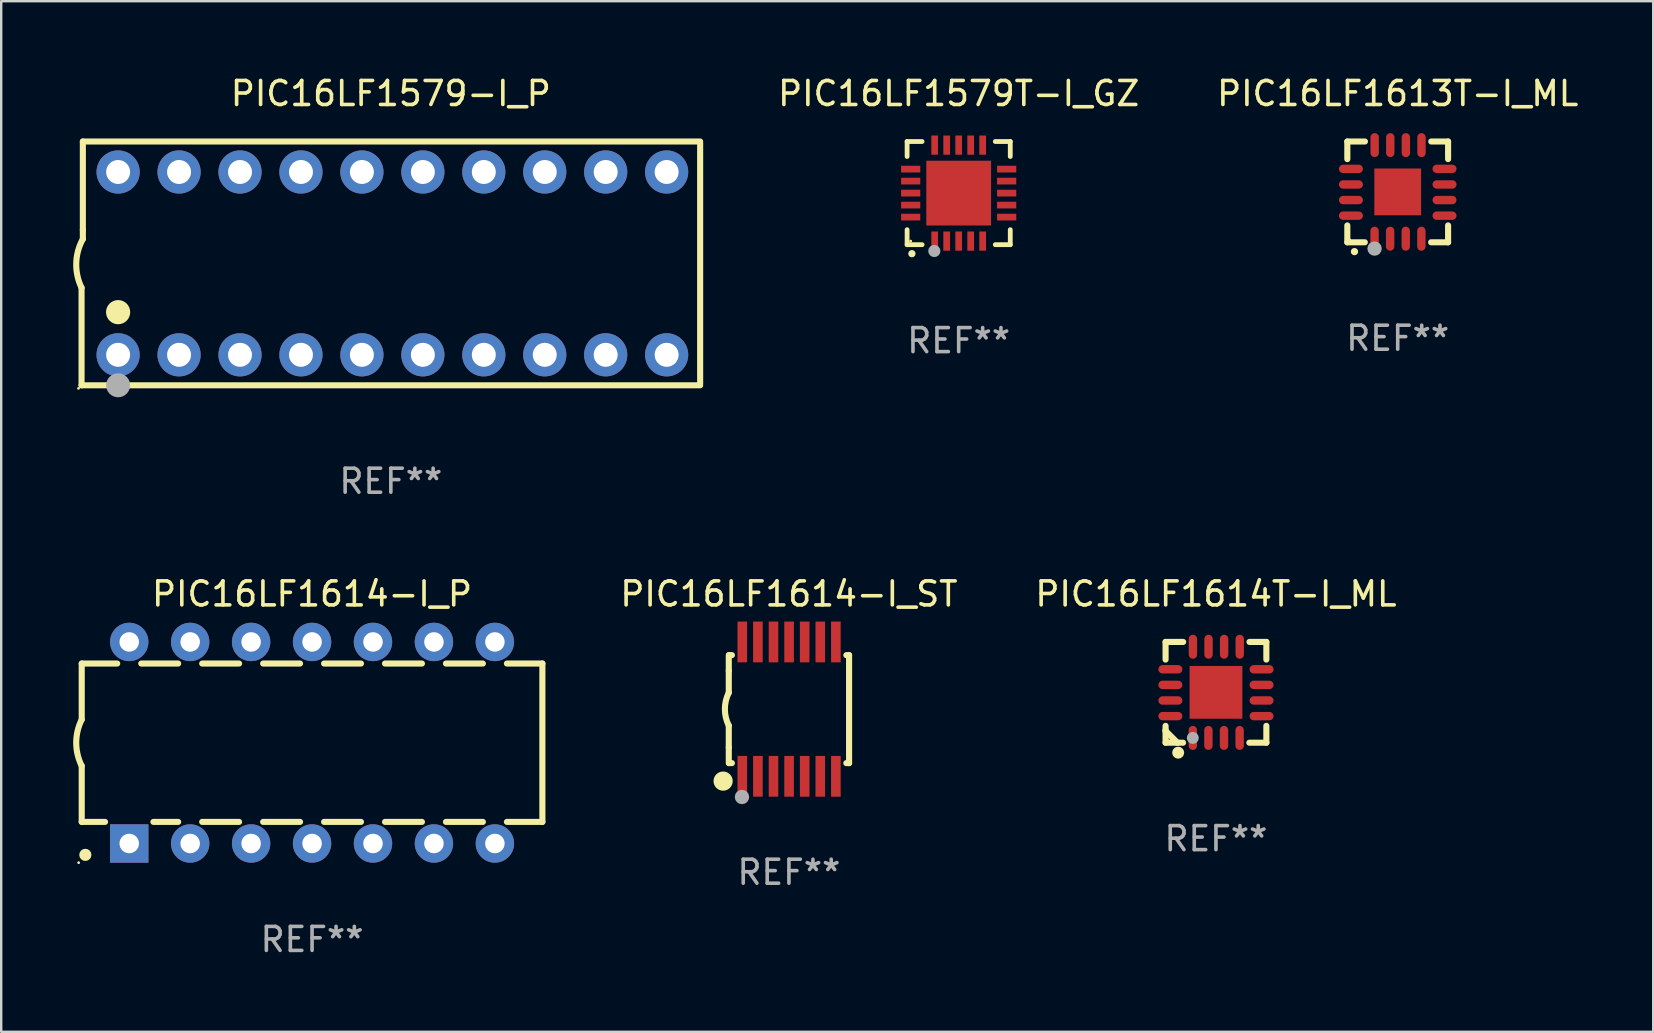
<source format=kicad_pcb>
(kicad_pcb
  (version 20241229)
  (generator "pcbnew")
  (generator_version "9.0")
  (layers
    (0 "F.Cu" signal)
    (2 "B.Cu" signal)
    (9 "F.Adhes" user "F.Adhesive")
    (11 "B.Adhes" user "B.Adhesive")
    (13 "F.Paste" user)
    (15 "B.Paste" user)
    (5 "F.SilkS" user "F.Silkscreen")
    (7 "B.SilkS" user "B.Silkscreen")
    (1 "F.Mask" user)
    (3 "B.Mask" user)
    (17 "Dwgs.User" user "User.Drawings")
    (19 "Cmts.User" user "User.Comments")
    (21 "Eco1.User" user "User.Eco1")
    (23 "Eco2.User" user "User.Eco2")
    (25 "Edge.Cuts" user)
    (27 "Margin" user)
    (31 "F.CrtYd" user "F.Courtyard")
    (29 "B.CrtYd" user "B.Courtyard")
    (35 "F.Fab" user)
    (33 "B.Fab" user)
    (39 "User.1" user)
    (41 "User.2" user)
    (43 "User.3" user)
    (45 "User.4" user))
  (footprint "PIC16LF1614-I_ST"
    (layer "F.Cu")
    (at 29.831 26.505)
    (property "Reference" "PIC16LF1614-I_ST" (at 0 -4.8 0) (layer "F.SilkS") (effects (font (size 1 1) (thickness 0.15))))
    (attr through_hole)
    (fp_line (start -2.507 -1.6) (end -2.507 -2.25) (stroke (width 0.254) (type solid)) (layer "F.SilkS"))
    (fp_line (start -2.507 -0.686) (end -2.507 -1.6) (stroke (width 0.254) (type solid)) (layer "F.SilkS"))
    (fp_line (start -2.507 1.6) (end -2.507 0.686) (stroke (width 0.254) (type solid)) (layer "F.SilkS"))
    (fp_line (start -2.507 1.6) (end -2.507 2.25) (stroke (width 0.254) (type solid)) (layer "F.SilkS"))
    (fp_line (start -2.493 -2.25) (end -2.377 -2.25) (stroke (width 0.254) (type solid)) (layer "F.SilkS"))
    (fp_line (start -2.377 2.25) (end -2.493 2.25) (stroke (width 0.254) (type solid)) (layer "F.SilkS"))
    (fp_line (start 2.392 -2.25) (end 2.507 -2.25) (stroke (width 0.254) (type solid)) (layer "F.SilkS"))
    (fp_line (start 2.507 -2.25) (end 2.507 2.25) (stroke (width 0.254) (type solid)) (layer "F.SilkS"))
    (fp_line (start 2.507 2.25) (end 2.392 2.25) (stroke (width 0.254) (type solid)) (layer "F.SilkS"))
    (fp_arc (start -2.507303 0.685802) (mid -2.669199 0) (end -2.507303 -0.685801) (stroke (width 0.254001) (type solid)) (layer "F.SilkS"))
    (fp_circle (center -2.743 3) (end -2.543 3) (stroke (width 0.4) (type solid)) (fill no) (layer "F.SilkS"))
    (fp_circle (center -2.493 3.2) (end -2.463 3.2) (stroke (width 0.06) (type solid)) (fill no) (layer "F.SilkS"))
    (fp_circle (center -1.957 3.662) (end -1.807 3.662) (stroke (width 0.3) (type solid)) (fill no) (layer "F.Fab"))
    (fp_text user "REF**" (at 0 6.8 0) (layer "F.Fab") (effects (font (size 1 1) (thickness 0.15))))
    (pad "1" smd rect (at -1.943 2.8) (size 0.4 1.7) (layers "F.Cu" "F.Mask" "F.Paste"))
    (pad "2" smd rect (at -1.293 2.8) (size 0.4 1.7) (layers "F.Cu" "F.Mask" "F.Paste"))
    (pad "3" smd rect (at -0.643 2.8) (size 0.4 1.7) (layers "F.Cu" "F.Mask" "F.Paste"))
    (pad "4" smd rect (at 0.007 2.8) (size 0.4 1.7) (layers "F.Cu" "F.Mask" "F.Paste"))
    (pad "5" smd rect (at 0.657 2.8) (size 0.4 1.7) (layers "F.Cu" "F.Mask" "F.Paste"))
    (pad "6" smd rect (at 1.307 2.8) (size 0.4 1.7) (layers "F.Cu" "F.Mask" "F.Paste"))
    (pad "7" smd rect (at 1.957 2.8) (size 0.4 1.7) (layers "F.Cu" "F.Mask" "F.Paste"))
    (pad "8" smd rect (at 1.957 -2.8) (size 0.4 1.7) (layers "F.Cu" "F.Mask" "F.Paste"))
    (pad "9" smd rect (at 1.307 -2.8) (size 0.4 1.7) (layers "F.Cu" "F.Mask" "F.Paste"))
    (pad "10" smd rect (at 0.657 -2.8) (size 0.4 1.7) (layers "F.Cu" "F.Mask" "F.Paste"))
    (pad "11" smd rect (at 0.007 -2.8) (size 0.4 1.7) (layers "F.Cu" "F.Mask" "F.Paste"))
    (pad "12" smd rect (at -0.643 -2.8) (size 0.4 1.7) (layers "F.Cu" "F.Mask" "F.Paste"))
    (pad "13" smd rect (at -1.293 -2.8) (size 0.4 1.7) (layers "F.Cu" "F.Mask" "F.Paste"))
    (pad "14" smd rect (at -1.943 -2.8) (size 0.4 1.7) (layers "F.Cu" "F.Mask" "F.Paste")))
  (footprint "PIC16LF1579T-I_GZ"
    (layer "F.Cu")
    (at 36.906 4.998)
    (property "Reference" "PIC16LF1579T-I_GZ" (at 0 -4.15 0) (layer "F.SilkS") (effects (font (size 1 1) (thickness 0.15))))
    (attr through_hole)
    (fp_line (start -2.15 -2.15) (end -2.15 -1.525) (stroke (width 0.2) (type solid)) (layer "F.SilkS"))
    (fp_line (start -2.15 2.15) (end -2.15 1.525) (stroke (width 0.2) (type solid)) (layer "F.SilkS"))
    (fp_line (start -1.525 -2.15) (end -2.15 -2.15) (stroke (width 0.2) (type solid)) (layer "F.SilkS"))
    (fp_line (start -1.525 2.15) (end -2.15 2.15) (stroke (width 0.2) (type solid)) (layer "F.SilkS"))
    (fp_line (start 1.525 2.15) (end 2.15 2.15) (stroke (width 0.2) (type solid)) (layer "F.SilkS"))
    (fp_line (start 2.15 -2.15) (end 1.525 -2.15) (stroke (width 0.2) (type solid)) (layer "F.SilkS"))
    (fp_line (start 2.15 -1.525) (end 2.15 -2.15) (stroke (width 0.2) (type solid)) (layer "F.SilkS"))
    (fp_line (start 2.15 2.15) (end 2.15 1.525) (stroke (width 0.2) (type solid)) (layer "F.SilkS"))
    (fp_arc (start -1.950724 2.524765) (mid -1.949454 2.52476) (end -1.948184 2.524765) (stroke (width 0.3) (type solid)) (layer "F.SilkS"))
    (fp_circle (center -2 2) (end -1.97 2) (stroke (width 0.06) (type solid)) (fill no) (layer "F.SilkS"))
    (fp_circle (center -1.016 2.413) (end -0.889 2.413) (stroke (width 0.254) (type solid)) (fill no) (layer "F.Fab"))
    (fp_text user "REF**" (at 0 6.15 0) (layer "F.Fab") (effects (font (size 1 1) (thickness 0.15))))
    (pad "1" smd rect (at -1 2 180) (size 0.28 0.8) (layers "F.Cu" "F.Mask" "F.Paste"))
    (pad "2" smd rect (at -0.5 2 180) (size 0.28 0.8) (layers "F.Cu" "F.Mask" "F.Paste"))
    (pad "3" smd rect (at 0 2 180) (size 0.28 0.8) (layers "F.Cu" "F.Mask" "F.Paste"))
    (pad "4" smd rect (at 0.5 2 180) (size 0.28 0.8) (layers "F.Cu" "F.Mask" "F.Paste"))
    (pad "5" smd rect (at 1 2 180) (size 0.28 0.8) (layers "F.Cu" "F.Mask" "F.Paste"))
    (pad "6" smd rect (at 2 1 90) (size 0.28 0.8) (layers "F.Cu" "F.Mask" "F.Paste"))
    (pad "7" smd rect (at 2 0.5 90) (size 0.28 0.8) (layers "F.Cu" "F.Mask" "F.Paste"))
    (pad "8" smd rect (at 2 0 90) (size 0.28 0.8) (layers "F.Cu" "F.Mask" "F.Paste"))
    (pad "9" smd rect (at 2 -0.5 90) (size 0.28 0.8) (layers "F.Cu" "F.Mask" "F.Paste"))
    (pad "10" smd rect (at 2 -1 90) (size 0.28 0.8) (layers "F.Cu" "F.Mask" "F.Paste"))
    (pad "11" smd rect (at 1 -2 180) (size 0.28 0.8) (layers "F.Cu" "F.Mask" "F.Paste"))
    (pad "12" smd rect (at 0.5 -2 180) (size 0.28 0.8) (layers "F.Cu" "F.Mask" "F.Paste"))
    (pad "13" smd rect (at 0 -2 180) (size 0.28 0.8) (layers "F.Cu" "F.Mask" "F.Paste"))
    (pad "14" smd rect (at -0.5 -2 180) (size 0.28 0.8) (layers "F.Cu" "F.Mask" "F.Paste"))
    (pad "15" smd rect (at -1 -2 180) (size 0.28 0.8) (layers "F.Cu" "F.Mask" "F.Paste"))
    (pad "16" smd rect (at -2 -1 90) (size 0.28 0.8) (layers "F.Cu" "F.Mask" "F.Paste"))
    (pad "17" smd rect (at -2 -0.5 90) (size 0.28 0.8) (layers "F.Cu" "F.Mask" "F.Paste"))
    (pad "18" smd rect (at -2 0 90) (size 0.28 0.8) (layers "F.Cu" "F.Mask" "F.Paste"))
    (pad "19" smd rect (at -2 0.5 90) (size 0.28 0.8) (layers "F.Cu" "F.Mask" "F.Paste"))
    (pad "20" smd rect (at -2 1 90) (size 0.28 0.8) (layers "F.Cu" "F.Mask" "F.Paste"))
    (pad "21" smd rect (at 0 0 90) (size 2.7 2.7) (layers "F.Cu" "F.Mask" "F.Paste")))
  (footprint "PIC16LF1579-I_P"
    (layer "F.Cu")
    (at 13.24 7.928)
    (property "Reference" "PIC16LF1579-I_P" (at 0 -7.08 0) (layer "F.SilkS") (effects (font (size 1 1) (thickness 0.15))))
    (attr through_hole)
    (fp_line (start -12.891 5.08) (end -12.891 1.016) (stroke (width 0.254) (type solid)) (layer "F.SilkS"))
    (fp_line (start -12.891 5.08) (end 12.891 5.08) (stroke (width 0.254) (type solid)) (layer "F.SilkS"))
    (fp_line (start -12.837 -5.08) (end -12.837 -1.397) (stroke (width 0.254) (type solid)) (layer "F.SilkS"))
    (fp_line (start -12.837 -5.08) (end 12.891 -5.08) (stroke (width 0.254) (type solid)) (layer "F.SilkS"))
    (fp_line (start -12.837 -1.397) (end -12.837 -1.016) (stroke (width 0.254) (type solid)) (layer "F.SilkS"))
    (fp_line (start 12.891 -5) (end 12.891 5) (stroke (width 0.254) (type solid)) (layer "F.SilkS"))
    (fp_arc (start -12.890526 1.016002) (mid -13.111945 -0.006602) (end -12.836525 -1.016002) (stroke (width 0.254001) (type solid)) (layer "F.SilkS"))
    (fp_circle (center -13.018 5.207) (end -12.988 5.207) (stroke (width 0.06) (type solid)) (fill no) (layer "F.SilkS"))
    (fp_circle (center -11.367 2.032) (end -11.113 2.032) (stroke (width 0.5) (type solid)) (fill no) (layer "F.SilkS"))
    (fp_circle (center -11.367 5.08) (end -11.117 5.08) (stroke (width 0.5) (type solid)) (fill no) (layer "F.Fab"))
    (fp_text user "REF**" (at 0 9.08 0) (layer "F.Fab") (effects (font (size 1 1) (thickness 0.15))))
    (pad "1" thru_hole circle (at -11.367 3.81) (size 1.8 1.8) (drill 1) (layers "*.Cu" "*.Mask"))
    (pad "2" thru_hole circle (at -8.827 3.81) (size 1.8 1.8) (drill 1) (layers "*.Cu" "*.Mask"))
    (pad "3" thru_hole circle (at -6.287 3.81) (size 1.8 1.8) (drill 1) (layers "*.Cu" "*.Mask"))
    (pad "4" thru_hole circle (at -3.747 3.81) (size 1.8 1.8) (drill 1) (layers "*.Cu" "*.Mask"))
    (pad "5" thru_hole circle (at -1.207 3.81) (size 1.8 1.8) (drill 1) (layers "*.Cu" "*.Mask"))
    (pad "6" thru_hole circle (at 1.334 3.81) (size 1.8 1.8) (drill 1) (layers "*.Cu" "*.Mask"))
    (pad "7" thru_hole circle (at 3.874 3.81) (size 1.8 1.8) (drill 1) (layers "*.Cu" "*.Mask"))
    (pad "8" thru_hole circle (at 6.414 3.81) (size 1.8 1.8) (drill 1) (layers "*.Cu" "*.Mask"))
    (pad "9" thru_hole circle (at 8.954 3.81) (size 1.8 1.8) (drill 1) (layers "*.Cu" "*.Mask"))
    (pad "10" thru_hole circle (at 11.494 3.81) (size 1.8 1.8) (drill 1) (layers "*.Cu" "*.Mask"))
    (pad "11" thru_hole circle (at 11.494 -3.81) (size 1.8 1.8) (drill 1) (layers "*.Cu" "*.Mask"))
    (pad "12" thru_hole circle (at 8.954 -3.81) (size 1.8 1.8) (drill 1) (layers "*.Cu" "*.Mask"))
    (pad "13" thru_hole circle (at 6.414 -3.81) (size 1.8 1.8) (drill 1) (layers "*.Cu" "*.Mask"))
    (pad "14" thru_hole circle (at 3.874 -3.81) (size 1.8 1.8) (drill 1) (layers "*.Cu" "*.Mask"))
    (pad "15" thru_hole circle (at 1.334 -3.81) (size 1.8 1.8) (drill 1) (layers "*.Cu" "*.Mask"))
    (pad "16" thru_hole circle (at -1.207 -3.81) (size 1.8 1.8) (drill 1) (layers "*.Cu" "*.Mask"))
    (pad "17" thru_hole circle (at -3.747 -3.81) (size 1.8 1.8) (drill 1) (layers "*.Cu" "*.Mask"))
    (pad "18" thru_hole circle (at -6.287 -3.81) (size 1.8 1.8) (drill 1) (layers "*.Cu" "*.Mask"))
    (pad "19" thru_hole circle (at -8.827 -3.81) (size 1.8 1.8) (drill 1) (layers "*.Cu" "*.Mask"))
    (pad "20" thru_hole circle (at -11.367 -3.81) (size 1.8 1.8) (drill 1) (layers "*.Cu" "*.Mask")))
  (footprint "PIC16LF1614-I_P"
    (layer "F.Cu")
    (at 9.956 27.905)
    (property "Reference" "PIC16LF1614-I_P" (at 0 -6.2 0) (layer "F.SilkS") (effects (font (size 1 1) (thickness 0.15))))
    (attr through_hole)
    (fp_line (start -9.6 -3.3) (end -9.6 -0.965) (stroke (width 0.254) (type solid)) (layer "F.SilkS"))
    (fp_line (start -9.6 -3.3) (end -8.121 -3.3) (stroke (width 0.254) (type solid)) (layer "F.SilkS"))
    (fp_line (start -9.6 3.3) (end -9.6 0.965) (stroke (width 0.254) (type solid)) (layer "F.SilkS"))
    (fp_line (start -9.6 3.3) (end -8.628 3.3) (stroke (width 0.254) (type solid)) (layer "F.SilkS"))
    (fp_line (start -7.119 -3.3) (end -5.581 -3.3) (stroke (width 0.254) (type solid)) (layer "F.SilkS"))
    (fp_line (start -6.612 3.3) (end -5.581 3.3) (stroke (width 0.254) (type solid)) (layer "F.SilkS"))
    (fp_line (start -4.579 -3.3) (end -3.041 -3.3) (stroke (width 0.254) (type solid)) (layer "F.SilkS"))
    (fp_line (start -4.579 3.3) (end -3.041 3.3) (stroke (width 0.254) (type solid)) (layer "F.SilkS"))
    (fp_line (start -2.039 -3.3) (end -0.501 -3.3) (stroke (width 0.254) (type solid)) (layer "F.SilkS"))
    (fp_line (start -2.039 3.3) (end -0.501 3.3) (stroke (width 0.254) (type solid)) (layer "F.SilkS"))
    (fp_line (start 0.501 -3.3) (end 2.039 -3.3) (stroke (width 0.254) (type solid)) (layer "F.SilkS"))
    (fp_line (start 0.501 3.3) (end 2.039 3.3) (stroke (width 0.254) (type solid)) (layer "F.SilkS"))
    (fp_line (start 3.041 -3.3) (end 4.579 -3.3) (stroke (width 0.254) (type solid)) (layer "F.SilkS"))
    (fp_line (start 3.041 3.3) (end 4.579 3.3) (stroke (width 0.254) (type solid)) (layer "F.SilkS"))
    (fp_line (start 5.581 -3.3) (end 7.119 -3.3) (stroke (width 0.254) (type solid)) (layer "F.SilkS"))
    (fp_line (start 5.581 3.3) (end 7.119 3.3) (stroke (width 0.254) (type solid)) (layer "F.SilkS"))
    (fp_line (start 8.121 -3.3) (end 9.6 -3.3) (stroke (width 0.254) (type solid)) (layer "F.SilkS"))
    (fp_line (start 8.121 3.3) (end 9.6 3.3) (stroke (width 0.254) (type solid)) (layer "F.SilkS"))
    (fp_line (start 9.6 -3.3) (end 9.6 3.3) (stroke (width 0.254) (type solid)) (layer "F.SilkS"))
    (fp_arc (start -9.601219 0.965202) (mid -9.828641 -0.00004) (end -9.600025 -0.964999) (stroke (width 0.254001) (type solid)) (layer "F.SilkS"))
    (fp_circle (center -9.727 5) (end -9.697 5) (stroke (width 0.06) (type solid)) (fill no) (layer "F.SilkS"))
    (fp_circle (center -9.449 4.674) (end -9.322 4.674) (stroke (width 0.254) (type solid)) (fill no) (layer "F.SilkS"))
    (fp_text user "REF**" (at 0 8.2 0) (layer "F.Fab") (effects (font (size 1 1) (thickness 0.15))))
    (pad "1" thru_hole rect (at -7.62 4.2) (size 1.6 1.6) (drill 0.813) (layers "*.Cu" "*.Mask"))
    (pad "2" thru_hole circle (at -5.08 4.2) (size 1.6 1.6) (drill 0.813) (layers "*.Cu" "*.Mask"))
    (pad "3" thru_hole circle (at -2.54 4.2) (size 1.6 1.6) (drill 0.813) (layers "*.Cu" "*.Mask"))
    (pad "4" thru_hole circle (at 0 4.2) (size 1.6 1.6) (drill 0.813) (layers "*.Cu" "*.Mask"))
    (pad "5" thru_hole circle (at 2.54 4.2) (size 1.6 1.6) (drill 0.813) (layers "*.Cu" "*.Mask"))
    (pad "6" thru_hole circle (at 5.08 4.2) (size 1.6 1.6) (drill 0.813) (layers "*.Cu" "*.Mask"))
    (pad "7" thru_hole circle (at 7.62 4.2) (size 1.6 1.6) (drill 0.813) (layers "*.Cu" "*.Mask"))
    (pad "8" thru_hole circle (at 7.62 -4.2) (size 1.6 1.6) (drill 0.813) (layers "*.Cu" "*.Mask"))
    (pad "9" thru_hole circle (at 5.08 -4.2) (size 1.6 1.6) (drill 0.813) (layers "*.Cu" "*.Mask"))
    (pad "10" thru_hole circle (at 2.54 -4.2) (size 1.6 1.6) (drill 0.813) (layers "*.Cu" "*.Mask"))
    (pad "11" thru_hole circle (at 0 -4.2) (size 1.6 1.6) (drill 0.813) (layers "*.Cu" "*.Mask"))
    (pad "12" thru_hole circle (at -2.54 -4.2) (size 1.6 1.6) (drill 0.813) (layers "*.Cu" "*.Mask"))
    (pad "13" thru_hole circle (at -5.08 -4.2) (size 1.6 1.6) (drill 0.813) (layers "*.Cu" "*.Mask"))
    (pad "14" thru_hole circle (at -7.62 -4.2) (size 1.6 1.6) (drill 0.813) (layers "*.Cu" "*.Mask")))
  (footprint "PIC16LF1613T-I_ML"
    (layer "F.Cu")
    (at 55.204 4.948)
    (property "Reference" "PIC16LF1613T-I_ML" (at 0 -4.1 0) (layer "F.SilkS") (effects (font (size 1 1) (thickness 0.15))))
    (attr through_hole)
    (fp_line (start -2.1 -2.1) (end -1.366 -2.1) (stroke (width 0.254) (type solid)) (layer "F.SilkS"))
    (fp_line (start -2.1 -1.366) (end -2.1 -2.1) (stroke (width 0.254) (type solid)) (layer "F.SilkS"))
    (fp_line (start -2.1 2.1) (end -2.1 1.397) (stroke (width 0.254) (type solid)) (layer "F.SilkS"))
    (fp_line (start -2.1 2.1) (end -1.371 2.1) (stroke (width 0.254) (type solid)) (layer "F.SilkS"))
    (fp_line (start 1.392 2.1) (end 2.1 2.1) (stroke (width 0.254) (type solid)) (layer "F.SilkS"))
    (fp_line (start 1.397 -2.1) (end 2.1 -2.1) (stroke (width 0.254) (type solid)) (layer "F.SilkS"))
    (fp_line (start 2.1 -1.366) (end 2.1 -2.1) (stroke (width 0.254) (type solid)) (layer "F.SilkS"))
    (fp_line (start 2.1 2.1) (end 2.1 1.397) (stroke (width 0.254) (type solid)) (layer "F.SilkS"))
    (fp_arc (start -1.803404 2.489205) (mid -1.802134 2.4892) (end -1.800864 2.489205) (stroke (width 0.3) (type solid)) (layer "F.SilkS"))
    (fp_circle (center -2 2) (end -1.97 2) (stroke (width 0.06) (type solid)) (fill no) (layer "F.SilkS"))
    (fp_circle (center -0.965 2.362) (end -0.815 2.362) (stroke (width 0.3) (type solid)) (fill no) (layer "F.Fab"))
    (fp_text user "REF**" (at 0 6.1 0) (layer "F.Fab") (effects (font (size 1 1) (thickness 0.15))))
    (pad "1" smd oval (at -0.965 1.95) (size 0.35 1) (layers "F.Cu" "F.Mask" "F.Paste"))
    (pad "2" smd oval (at -0.315 1.95) (size 0.35 1) (layers "F.Cu" "F.Mask" "F.Paste"))
    (pad "3" smd oval (at 0.335 1.95) (size 0.35 1) (layers "F.Cu" "F.Mask" "F.Paste"))
    (pad "4" smd oval (at 0.986 1.95) (size 0.35 1) (layers "F.Cu" "F.Mask" "F.Paste"))
    (pad "5" smd oval (at 1.95 0.991) (size 1 0.35) (layers "F.Cu" "F.Mask" "F.Paste"))
    (pad "6" smd oval (at 1.95 0.34) (size 1 0.35) (layers "F.Cu" "F.Mask" "F.Paste"))
    (pad "7" smd oval (at 1.95 -0.31) (size 1 0.35) (layers "F.Cu" "F.Mask" "F.Paste"))
    (pad "8" smd oval (at 1.95 -0.96) (size 1 0.35) (layers "F.Cu" "F.Mask" "F.Paste"))
    (pad "9" smd oval (at 0.991 -1.95) (size 0.35 1) (layers "F.Cu" "F.Mask" "F.Paste"))
    (pad "10" smd oval (at 0.34 -1.95) (size 0.35 1) (layers "F.Cu" "F.Mask" "F.Paste"))
    (pad "11" smd oval (at -0.31 -1.95) (size 0.35 1) (layers "F.Cu" "F.Mask" "F.Paste"))
    (pad "12" smd oval (at -0.96 -1.95) (size 0.35 1) (layers "F.Cu" "F.Mask" "F.Paste"))
    (pad "13" smd oval (at -1.95 -0.96) (size 1 0.35) (layers "F.Cu" "F.Mask" "F.Paste"))
    (pad "14" smd oval (at -1.95 -0.31) (size 1 0.35) (layers "F.Cu" "F.Mask" "F.Paste"))
    (pad "15" smd oval (at -1.95 0.34) (size 1 0.35) (layers "F.Cu" "F.Mask" "F.Paste"))
    (pad "16" smd oval (at -1.95 0.991) (size 1 0.35) (layers "F.Cu" "F.Mask" "F.Paste"))
    (pad "17" smd rect (at 0 0) (size 1.95 1.95) (layers "F.Cu" "F.Mask" "F.Paste")))
  (footprint "PIC16LF1614T-I_ML"
    (layer "F.Cu")
    (at 47.629 25.805)
    (property "Reference" "PIC16LF1614T-I_ML" (at 0 -4.1 0) (layer "F.SilkS") (effects (font (size 1 1) (thickness 0.15))))
    (attr through_hole)
    (fp_line (start -2.1 -2.1) (end -1.366 -2.1) (stroke (width 0.254) (type solid)) (layer "F.SilkS"))
    (fp_line (start -2.1 -1.366) (end -2.1 -2.1) (stroke (width 0.254) (type solid)) (layer "F.SilkS"))
    (fp_line (start -2.1 1.572) (end -2.1 1.607) (stroke (width 0.254) (type solid)) (layer "F.SilkS"))
    (fp_line (start -2.1 1.607) (end -1.607 2.1) (stroke (width 0.254) (type solid)) (layer "F.SilkS"))
    (fp_line (start -2.1 2.1) (end -2.1 1.397) (stroke (width 0.254) (type solid)) (layer "F.SilkS"))
    (fp_line (start -2.1 2.1) (end -1.371 2.1) (stroke (width 0.254) (type solid)) (layer "F.SilkS"))
    (fp_line (start 1.392 2.1) (end 2.1 2.1) (stroke (width 0.254) (type solid)) (layer "F.SilkS"))
    (fp_line (start 1.397 -2.1) (end 2.1 -2.1) (stroke (width 0.254) (type solid)) (layer "F.SilkS"))
    (fp_line (start 2.1 -1.366) (end 2.1 -2.1) (stroke (width 0.254) (type solid)) (layer "F.SilkS"))
    (fp_line (start 2.1 2.1) (end 2.1 1.397) (stroke (width 0.254) (type solid)) (layer "F.SilkS"))
    (fp_circle (center -2 2) (end -1.97 2) (stroke (width 0.06) (type solid)) (fill no) (layer "F.SilkS"))
    (fp_circle (center -1.575 2.515) (end -1.45 2.515) (stroke (width 0.25) (type solid)) (fill no) (layer "F.SilkS"))
    (fp_circle (center -0.965 1.9) (end -0.84 1.9) (stroke (width 0.25) (type solid)) (fill no) (layer "F.Fab"))
    (fp_text user "REF**" (at 0 6.1 0) (layer "F.Fab") (effects (font (size 1 1) (thickness 0.15))))
    (pad "1" smd oval (at -0.965 1.9) (size 0.35 1) (layers "F.Cu" "F.Mask" "F.Paste"))
    (pad "2" smd oval (at -0.315 1.9) (size 0.35 1) (layers "F.Cu" "F.Mask" "F.Paste"))
    (pad "3" smd oval (at 0.335 1.9) (size 0.35 1) (layers "F.Cu" "F.Mask" "F.Paste"))
    (pad "4" smd oval (at 0.986 1.9) (size 0.35 1) (layers "F.Cu" "F.Mask" "F.Paste"))
    (pad "5" smd oval (at 1.9 0.991) (size 1 0.35) (layers "F.Cu" "F.Mask" "F.Paste"))
    (pad "6" smd oval (at 1.9 0.34) (size 1 0.35) (layers "F.Cu" "F.Mask" "F.Paste"))
    (pad "7" smd oval (at 1.9 -0.31) (size 1 0.35) (layers "F.Cu" "F.Mask" "F.Paste"))
    (pad "8" smd oval (at 1.9 -0.96) (size 1 0.35) (layers "F.Cu" "F.Mask" "F.Paste"))
    (pad "9" smd oval (at 0.991 -1.9) (size 0.35 1) (layers "F.Cu" "F.Mask" "F.Paste"))
    (pad "10" smd oval (at 0.34 -1.9) (size 0.35 1) (layers "F.Cu" "F.Mask" "F.Paste"))
    (pad "11" smd oval (at -0.31 -1.9) (size 0.35 1) (layers "F.Cu" "F.Mask" "F.Paste"))
    (pad "12" smd oval (at -0.96 -1.9) (size 0.35 1) (layers "F.Cu" "F.Mask" "F.Paste"))
    (pad "13" smd oval (at -1.9 -0.96) (size 1 0.35) (layers "F.Cu" "F.Mask" "F.Paste"))
    (pad "14" smd oval (at -1.9 -0.31) (size 1 0.35) (layers "F.Cu" "F.Mask" "F.Paste"))
    (pad "15" smd oval (at -1.9 0.34) (size 1 0.35) (layers "F.Cu" "F.Mask" "F.Paste"))
    (pad "16" smd oval (at -1.9 0.991) (size 1 0.35) (layers "F.Cu" "F.Mask" "F.Paste"))
    (pad "17" smd rect (at 0 0) (size 2.2 2.2) (layers "F.Cu" "F.Mask" "F.Paste")))
  (gr_rect
    (start -3 -3)
    (end 65.852 39.953)
    (stroke (width 0.1) (type default))
    (fill no)
    (layer "Edge.Cuts")))
</source>
